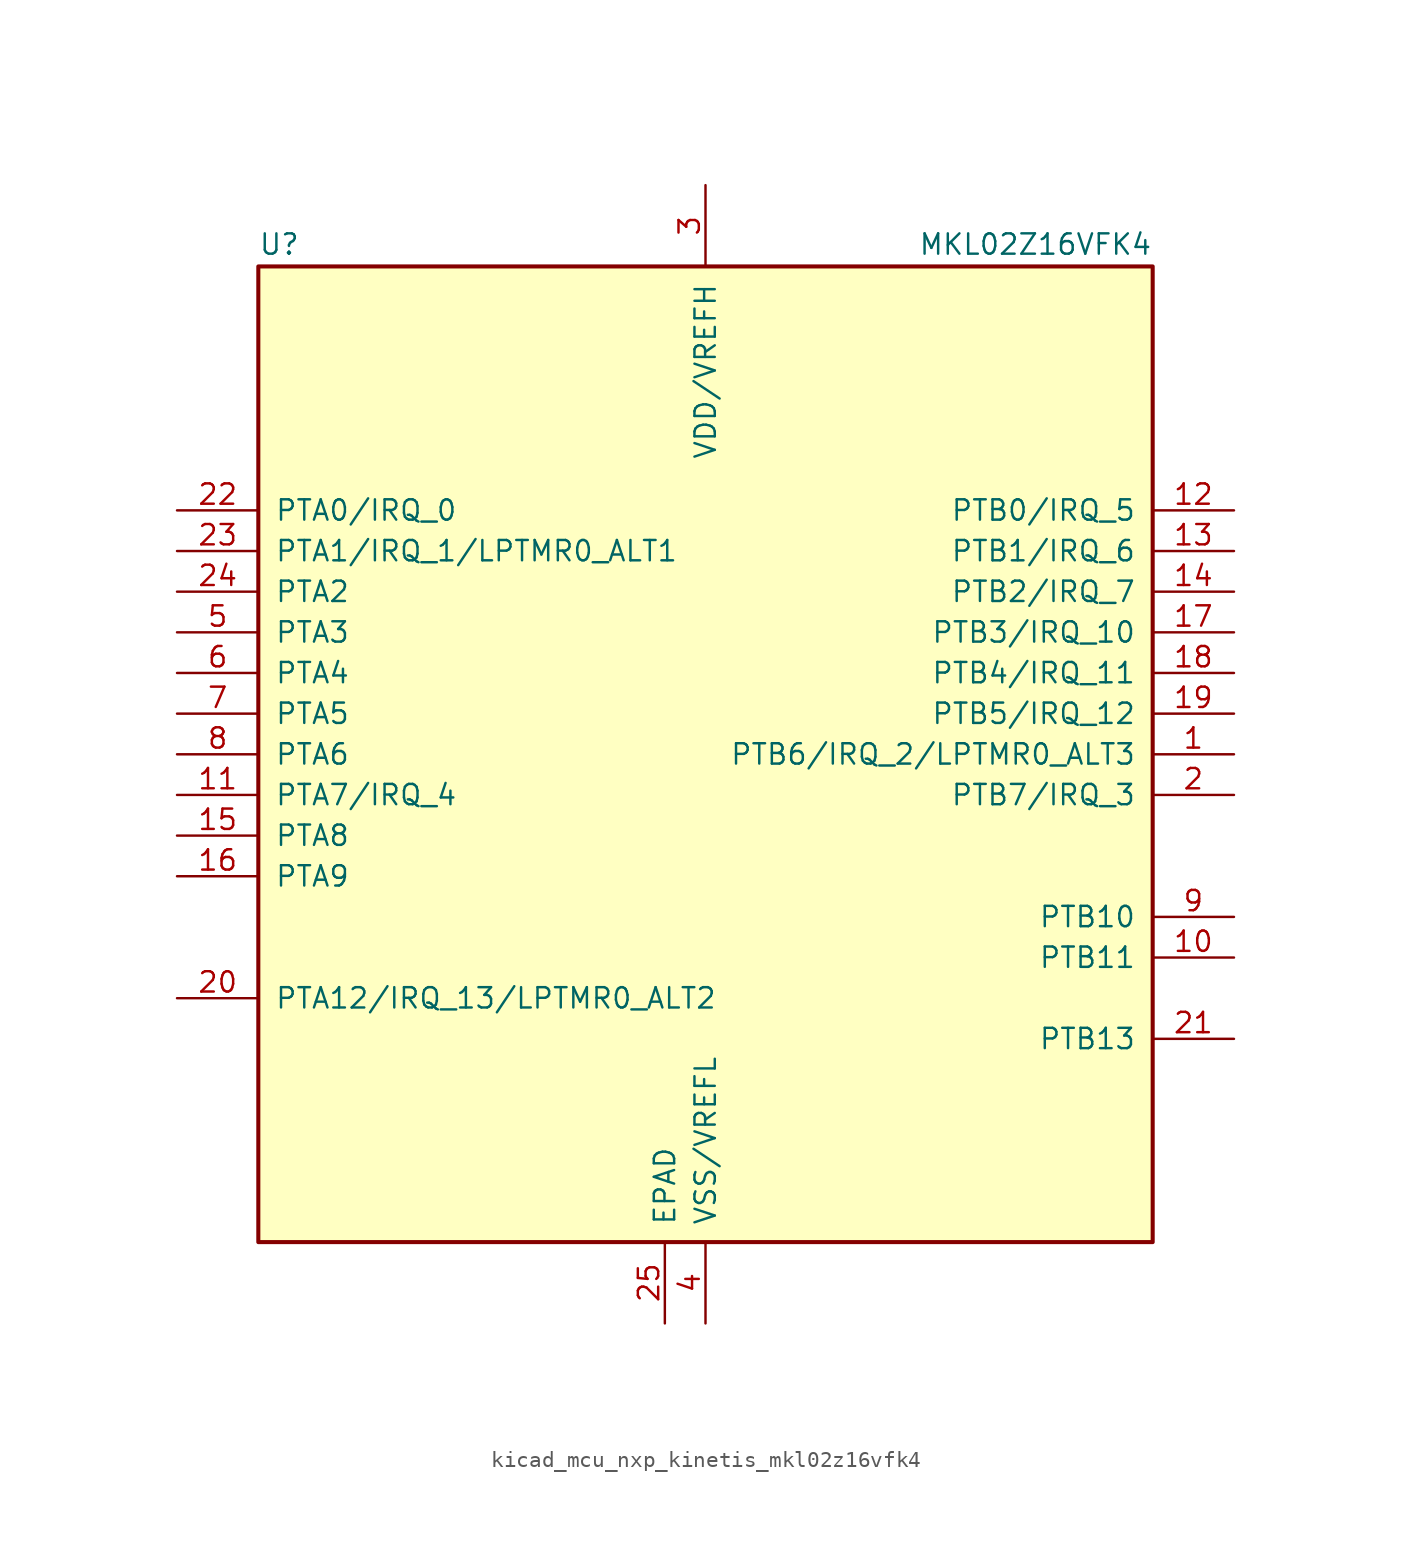
<source format=kicad_sym>
(kicad_symbol_lib
  (version 20220914)
  (generator kicad_symbol_editor)
  (symbol "kicad_mcu_nxp_kinetis_mkl02z16vfk4"
    (pin_names
      (offset 1.016))
    (property "Reference" "U"
      (at -27.94 31.115 0)
      (effects (font (size 1.27 1.27)) (justify left bottom)))
    (property "Value" "MKL02Z16VFK4"
      (at 27.94 31.115 0)
      (effects (font (size 1.27 1.27)) (justify right bottom)))
    (symbol "kicad_mcu_nxp_kinetis_mkl02z16vfk4_0_1"
      (rectangle (start -27.94 30.48) (end 27.94 -30.48) (stroke (width 0.254) (type default)) (fill (type background))))
    (symbol "kicad_mcu_nxp_kinetis_mkl02z16vfk4_1_1"
      (pin bidirectional line (at 33.02 0 180) (length 5.08) (name "PTB6/IRQ_2/LPTMR0_ALT3" (effects (font (size 1.27 1.27)))) (number "1" (effects (font (size 1.27 1.27)))))
      (pin bidirectional line (at 33.02 -12.7 180) (length 5.08) (name "PTB11" (effects (font (size 1.27 1.27)))) (number "10" (effects (font (size 1.27 1.27)))))
      (pin bidirectional line (at -33.02 -2.54 0) (length 5.08) (name "PTA7/IRQ_4" (effects (font (size 1.27 1.27)))) (number "11" (effects (font (size 1.27 1.27)))))
      (pin bidirectional line (at 33.02 15.24 180) (length 5.08) (name "PTB0/IRQ_5" (effects (font (size 1.27 1.27)))) (number "12" (effects (font (size 1.27 1.27)))))
      (pin bidirectional line (at 33.02 12.7 180) (length 5.08) (name "PTB1/IRQ_6" (effects (font (size 1.27 1.27)))) (number "13" (effects (font (size 1.27 1.27)))))
      (pin bidirectional line (at 33.02 10.16 180) (length 5.08) (name "PTB2/IRQ_7" (effects (font (size 1.27 1.27)))) (number "14" (effects (font (size 1.27 1.27)))))
      (pin bidirectional line (at -33.02 -5.08 0) (length 5.08) (name "PTA8" (effects (font (size 1.27 1.27)))) (number "15" (effects (font (size 1.27 1.27)))))
      (pin bidirectional line (at -33.02 -7.62 0) (length 5.08) (name "PTA9" (effects (font (size 1.27 1.27)))) (number "16" (effects (font (size 1.27 1.27)))))
      (pin bidirectional line (at 33.02 7.62 180) (length 5.08) (name "PTB3/IRQ_10" (effects (font (size 1.27 1.27)))) (number "17" (effects (font (size 1.27 1.27)))))
      (pin bidirectional line (at 33.02 5.08 180) (length 5.08) (name "PTB4/IRQ_11" (effects (font (size 1.27 1.27)))) (number "18" (effects (font (size 1.27 1.27)))))
      (pin bidirectional line (at 33.02 2.54 180) (length 5.08) (name "PTB5/IRQ_12" (effects (font (size 1.27 1.27)))) (number "19" (effects (font (size 1.27 1.27)))))
      (pin bidirectional line (at 33.02 -2.54 180) (length 5.08) (name "PTB7/IRQ_3" (effects (font (size 1.27 1.27)))) (number "2" (effects (font (size 1.27 1.27)))))
      (pin bidirectional line (at -33.02 -15.24 0) (length 5.08) (name "PTA12/IRQ_13/LPTMR0_ALT2" (effects (font (size 1.27 1.27)))) (number "20" (effects (font (size 1.27 1.27)))))
      (pin bidirectional line (at 33.02 -17.78 180) (length 5.08) (name "PTB13" (effects (font (size 1.27 1.27)))) (number "21" (effects (font (size 1.27 1.27)))))
      (pin bidirectional line (at -33.02 15.24 0) (length 5.08) (name "PTA0/IRQ_0" (effects (font (size 1.27 1.27)))) (number "22" (effects (font (size 1.27 1.27)))))
      (pin bidirectional line (at -33.02 12.7 0) (length 5.08) (name "PTA1/IRQ_1/LPTMR0_ALT1" (effects (font (size 1.27 1.27)))) (number "23" (effects (font (size 1.27 1.27)))))
      (pin bidirectional line (at -33.02 10.16 0) (length 5.08) (name "PTA2" (effects (font (size 1.27 1.27)))) (number "24" (effects (font (size 1.27 1.27)))))
      (pin power_in line (at -2.54 -35.56 90) (length 5.08) (name "EPAD" (effects (font (size 1.27 1.27)))) (number "25" (effects (font (size 1.27 1.27)))))
      (pin power_in line (at 0 35.56 270) (length 5.08) (name "VDD/VREFH" (effects (font (size 1.27 1.27)))) (number "3" (effects (font (size 1.27 1.27)))))
      (pin power_in line (at 0 -35.56 90) (length 5.08) (name "VSS/VREFL" (effects (font (size 1.27 1.27)))) (number "4" (effects (font (size 1.27 1.27)))))
      (pin bidirectional line (at -33.02 7.62 0) (length 5.08) (name "PTA3" (effects (font (size 1.27 1.27)))) (number "5" (effects (font (size 1.27 1.27)))))
      (pin bidirectional line (at -33.02 5.08 0) (length 5.08) (name "PTA4" (effects (font (size 1.27 1.27)))) (number "6" (effects (font (size 1.27 1.27)))))
      (pin bidirectional line (at -33.02 2.54 0) (length 5.08) (name "PTA5" (effects (font (size 1.27 1.27)))) (number "7" (effects (font (size 1.27 1.27)))))
      (pin bidirectional line (at -33.02 0 0) (length 5.08) (name "PTA6" (effects (font (size 1.27 1.27)))) (number "8" (effects (font (size 1.27 1.27)))))
      (pin bidirectional line (at 33.02 -10.16 180) (length 5.08) (name "PTB10" (effects (font (size 1.27 1.27)))) (number "9" (effects (font (size 1.27 1.27))))))))
</source>
